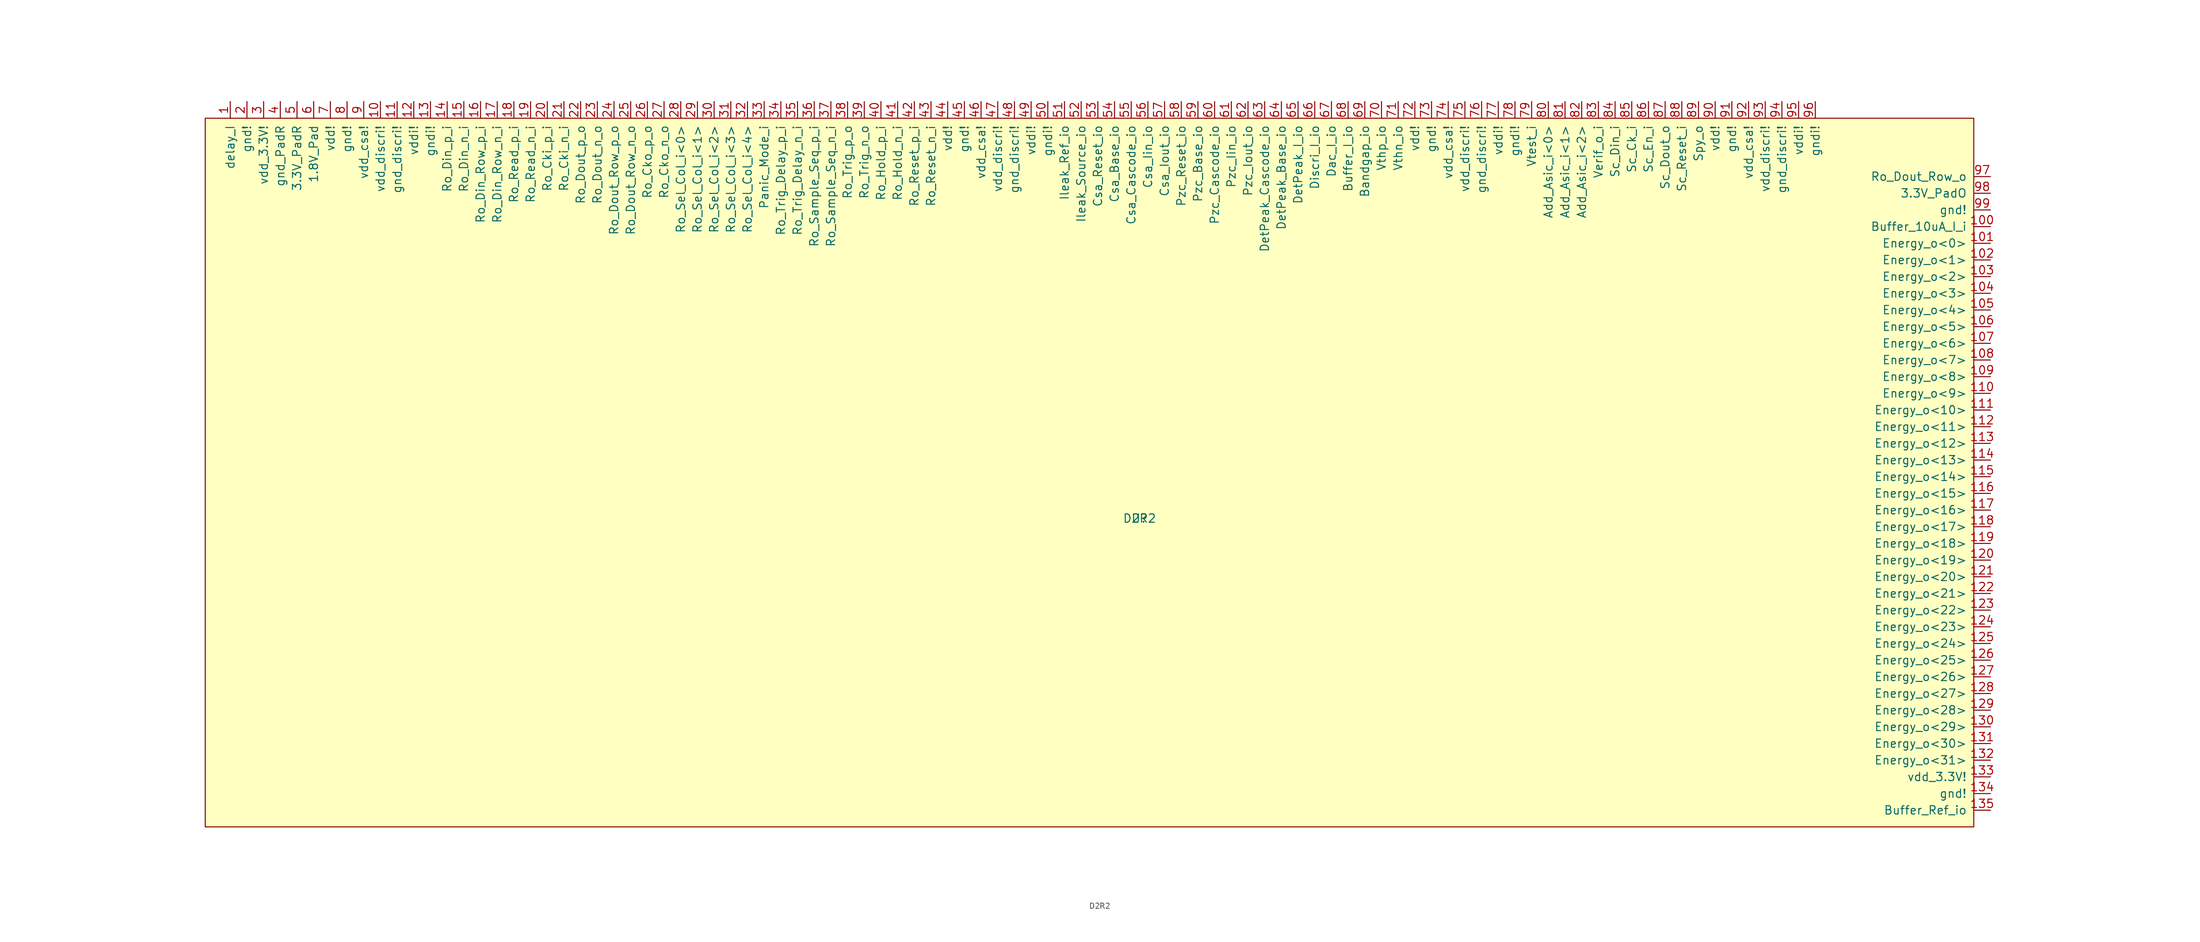
<source format=kicad_sym>
(kicad_symbol_lib
  (version 20211014)
  (generator kicad_symbol_editor)
  (symbol "D2R2"
    (pin_names
      (offset 1.016))
    (property "Reference" "U"
      (at 142.24 43.18 0)
      (effects (font (size 1.27 1.27))))
    (property "Value" "D2R2"
      (at 142.24 43.18 0)
      (effects (font (size 1.27 1.27))))
    (symbol "D2R2_0_1"
      (rectangle (start 0 104.14) (end 269.24 -3.81) (stroke (width 0) (type default) (color 0 0 0 0)) (fill (type background))))
    (symbol "D2R2_1_1"
      (pin input line (at 3.81 106.68 270) (length 2.54) (name "delay_I" (effects (font (size 1.27 1.27)))) (number "1" (effects (font (size 1.27 1.27)))))
      (pin input line (at 26.67 106.68 270) (length 2.54) (name "vdd_discri!" (effects (font (size 1.27 1.27)))) (number "10" (effects (font (size 1.27 1.27)))))
      (pin input line (at 271.78 87.63 180) (length 2.54) (name "Buffer_10uA_I_i" (effects (font (size 1.27 1.27)))) (number "100" (effects (font (size 1.27 1.27)))))
      (pin input line (at 271.78 85.09 180) (length 2.54) (name "Energy_o<0>" (effects (font (size 1.27 1.27)))) (number "101" (effects (font (size 1.27 1.27)))))
      (pin input line (at 271.78 82.55 180) (length 2.54) (name "Energy_o<1>" (effects (font (size 1.27 1.27)))) (number "102" (effects (font (size 1.27 1.27)))))
      (pin input line (at 271.78 80.01 180) (length 2.54) (name "Energy_o<2>" (effects (font (size 1.27 1.27)))) (number "103" (effects (font (size 1.27 1.27)))))
      (pin input line (at 271.78 77.47 180) (length 2.54) (name "Energy_o<3>" (effects (font (size 1.27 1.27)))) (number "104" (effects (font (size 1.27 1.27)))))
      (pin input line (at 271.78 74.93 180) (length 2.54) (name "Energy_o<4>" (effects (font (size 1.27 1.27)))) (number "105" (effects (font (size 1.27 1.27)))))
      (pin input line (at 271.78 72.39 180) (length 2.54) (name "Energy_o<5>" (effects (font (size 1.27 1.27)))) (number "106" (effects (font (size 1.27 1.27)))))
      (pin input line (at 271.78 69.85 180) (length 2.54) (name "Energy_o<6>" (effects (font (size 1.27 1.27)))) (number "107" (effects (font (size 1.27 1.27)))))
      (pin input line (at 271.78 67.31 180) (length 2.54) (name "Energy_o<7>" (effects (font (size 1.27 1.27)))) (number "108" (effects (font (size 1.27 1.27)))))
      (pin input line (at 271.78 64.77 180) (length 2.54) (name "Energy_o<8>" (effects (font (size 1.27 1.27)))) (number "109" (effects (font (size 1.27 1.27)))))
      (pin input line (at 29.21 106.68 270) (length 2.54) (name "gnd_discri!" (effects (font (size 1.27 1.27)))) (number "11" (effects (font (size 1.27 1.27)))))
      (pin input line (at 271.78 62.23 180) (length 2.54) (name "Energy_o<9>" (effects (font (size 1.27 1.27)))) (number "110" (effects (font (size 1.27 1.27)))))
      (pin input line (at 271.78 59.69 180) (length 2.54) (name "Energy_o<10>" (effects (font (size 1.27 1.27)))) (number "111" (effects (font (size 1.27 1.27)))))
      (pin input line (at 271.78 57.15 180) (length 2.54) (name "Energy_o<11>" (effects (font (size 1.27 1.27)))) (number "112" (effects (font (size 1.27 1.27)))))
      (pin input line (at 271.78 54.61 180) (length 2.54) (name "Energy_o<12>" (effects (font (size 1.27 1.27)))) (number "113" (effects (font (size 1.27 1.27)))))
      (pin input line (at 271.78 52.07 180) (length 2.54) (name "Energy_o<13>" (effects (font (size 1.27 1.27)))) (number "114" (effects (font (size 1.27 1.27)))))
      (pin input line (at 271.78 49.53 180) (length 2.54) (name "Energy_o<14>" (effects (font (size 1.27 1.27)))) (number "115" (effects (font (size 1.27 1.27)))))
      (pin input line (at 271.78 46.99 180) (length 2.54) (name "Energy_o<15>" (effects (font (size 1.27 1.27)))) (number "116" (effects (font (size 1.27 1.27)))))
      (pin input line (at 271.78 44.45 180) (length 2.54) (name "Energy_o<16>" (effects (font (size 1.27 1.27)))) (number "117" (effects (font (size 1.27 1.27)))))
      (pin input line (at 271.78 41.91 180) (length 2.54) (name "Energy_o<17>" (effects (font (size 1.27 1.27)))) (number "118" (effects (font (size 1.27 1.27)))))
      (pin input line (at 271.78 39.37 180) (length 2.54) (name "Energy_o<18>" (effects (font (size 1.27 1.27)))) (number "119" (effects (font (size 1.27 1.27)))))
      (pin input line (at 31.75 106.68 270) (length 2.54) (name "vddi!" (effects (font (size 1.27 1.27)))) (number "12" (effects (font (size 1.27 1.27)))))
      (pin input line (at 271.78 36.83 180) (length 2.54) (name "Energy_o<19>" (effects (font (size 1.27 1.27)))) (number "120" (effects (font (size 1.27 1.27)))))
      (pin input line (at 271.78 34.29 180) (length 2.54) (name "Energy_o<20>" (effects (font (size 1.27 1.27)))) (number "121" (effects (font (size 1.27 1.27)))))
      (pin input line (at 271.78 31.75 180) (length 2.54) (name "Energy_o<21>" (effects (font (size 1.27 1.27)))) (number "122" (effects (font (size 1.27 1.27)))))
      (pin input line (at 271.78 29.21 180) (length 2.54) (name "Energy_o<22>" (effects (font (size 1.27 1.27)))) (number "123" (effects (font (size 1.27 1.27)))))
      (pin input line (at 271.78 26.67 180) (length 2.54) (name "Energy_o<23>" (effects (font (size 1.27 1.27)))) (number "124" (effects (font (size 1.27 1.27)))))
      (pin input line (at 271.78 24.13 180) (length 2.54) (name "Energy_o<24>" (effects (font (size 1.27 1.27)))) (number "125" (effects (font (size 1.27 1.27)))))
      (pin input line (at 271.78 21.59 180) (length 2.54) (name "Energy_o<25>" (effects (font (size 1.27 1.27)))) (number "126" (effects (font (size 1.27 1.27)))))
      (pin input line (at 271.78 19.05 180) (length 2.54) (name "Energy_o<26>" (effects (font (size 1.27 1.27)))) (number "127" (effects (font (size 1.27 1.27)))))
      (pin input line (at 271.78 16.51 180) (length 2.54) (name "Energy_o<27>" (effects (font (size 1.27 1.27)))) (number "128" (effects (font (size 1.27 1.27)))))
      (pin input line (at 271.78 13.97 180) (length 2.54) (name "Energy_o<28>" (effects (font (size 1.27 1.27)))) (number "129" (effects (font (size 1.27 1.27)))))
      (pin input line (at 34.29 106.68 270) (length 2.54) (name "gndi!" (effects (font (size 1.27 1.27)))) (number "13" (effects (font (size 1.27 1.27)))))
      (pin input line (at 271.78 11.43 180) (length 2.54) (name "Energy_o<29>" (effects (font (size 1.27 1.27)))) (number "130" (effects (font (size 1.27 1.27)))))
      (pin input line (at 271.78 8.89 180) (length 2.54) (name "Energy_o<30>" (effects (font (size 1.27 1.27)))) (number "131" (effects (font (size 1.27 1.27)))))
      (pin input line (at 271.78 6.35 180) (length 2.54) (name "Energy_o<31>" (effects (font (size 1.27 1.27)))) (number "132" (effects (font (size 1.27 1.27)))))
      (pin input line (at 271.78 3.81 180) (length 2.54) (name "vdd_3.3V!" (effects (font (size 1.27 1.27)))) (number "133" (effects (font (size 1.27 1.27)))))
      (pin input line (at 271.78 1.27 180) (length 2.54) (name "gnd!" (effects (font (size 1.27 1.27)))) (number "134" (effects (font (size 1.27 1.27)))))
      (pin input line (at 271.78 -1.27 180) (length 2.54) (name "Buffer_Ref_io" (effects (font (size 1.27 1.27)))) (number "135" (effects (font (size 1.27 1.27)))))
      (pin input line (at 36.83 106.68 270) (length 2.54) (name "Ro_Din_p_i" (effects (font (size 1.27 1.27)))) (number "14" (effects (font (size 1.27 1.27)))))
      (pin input line (at 39.37 106.68 270) (length 2.54) (name "Ro_Din_n_i" (effects (font (size 1.27 1.27)))) (number "15" (effects (font (size 1.27 1.27)))))
      (pin input line (at 41.91 106.68 270) (length 2.54) (name "Ro_Din_Row_p_i" (effects (font (size 1.27 1.27)))) (number "16" (effects (font (size 1.27 1.27)))))
      (pin input line (at 44.45 106.68 270) (length 2.54) (name "Ro_Din_Row_n_i" (effects (font (size 1.27 1.27)))) (number "17" (effects (font (size 1.27 1.27)))))
      (pin input line (at 46.99 106.68 270) (length 2.54) (name "Ro_Read_p_i" (effects (font (size 1.27 1.27)))) (number "18" (effects (font (size 1.27 1.27)))))
      (pin input line (at 49.53 106.68 270) (length 2.54) (name "Ro_Read_n_i" (effects (font (size 1.27 1.27)))) (number "19" (effects (font (size 1.27 1.27)))))
      (pin input line (at 6.35 106.68 270) (length 2.54) (name "gnd!" (effects (font (size 1.27 1.27)))) (number "2" (effects (font (size 1.27 1.27)))))
      (pin input line (at 52.07 106.68 270) (length 2.54) (name "Ro_Cki_p_i" (effects (font (size 1.27 1.27)))) (number "20" (effects (font (size 1.27 1.27)))))
      (pin input line (at 54.61 106.68 270) (length 2.54) (name "Ro_Cki_n_i" (effects (font (size 1.27 1.27)))) (number "21" (effects (font (size 1.27 1.27)))))
      (pin input line (at 57.15 106.68 270) (length 2.54) (name "Ro_Dout_p_o" (effects (font (size 1.27 1.27)))) (number "22" (effects (font (size 1.27 1.27)))))
      (pin input line (at 59.69 106.68 270) (length 2.54) (name "Ro_Dout_n_o" (effects (font (size 1.27 1.27)))) (number "23" (effects (font (size 1.27 1.27)))))
      (pin input line (at 62.23 106.68 270) (length 2.54) (name "Ro_Dout_Row_p_o" (effects (font (size 1.27 1.27)))) (number "24" (effects (font (size 1.27 1.27)))))
      (pin input line (at 64.77 106.68 270) (length 2.54) (name "Ro_Dout_Row_n_o" (effects (font (size 1.27 1.27)))) (number "25" (effects (font (size 1.27 1.27)))))
      (pin input line (at 67.31 106.68 270) (length 2.54) (name "Ro_Cko_p_o" (effects (font (size 1.27 1.27)))) (number "26" (effects (font (size 1.27 1.27)))))
      (pin input line (at 69.85 106.68 270) (length 2.54) (name "Ro_Cko_n_o" (effects (font (size 1.27 1.27)))) (number "27" (effects (font (size 1.27 1.27)))))
      (pin input line (at 72.39 106.68 270) (length 2.54) (name "Ro_Sel_Col_i<0>" (effects (font (size 1.27 1.27)))) (number "28" (effects (font (size 1.27 1.27)))))
      (pin input line (at 74.93 106.68 270) (length 2.54) (name "Ro_Sel_Col_i<1>" (effects (font (size 1.27 1.27)))) (number "29" (effects (font (size 1.27 1.27)))))
      (pin input line (at 8.89 106.68 270) (length 2.54) (name "vdd_3.3V!" (effects (font (size 1.27 1.27)))) (number "3" (effects (font (size 1.27 1.27)))))
      (pin input line (at 77.47 106.68 270) (length 2.54) (name "Ro_Sel_Col_i<2>" (effects (font (size 1.27 1.27)))) (number "30" (effects (font (size 1.27 1.27)))))
      (pin input line (at 80.01 106.68 270) (length 2.54) (name "Ro_Sel_Col_i<3>" (effects (font (size 1.27 1.27)))) (number "31" (effects (font (size 1.27 1.27)))))
      (pin input line (at 82.55 106.68 270) (length 2.54) (name "Ro_Sel_Col_i<4>" (effects (font (size 1.27 1.27)))) (number "32" (effects (font (size 1.27 1.27)))))
      (pin input line (at 85.09 106.68 270) (length 2.54) (name "Panic_Mode_i" (effects (font (size 1.27 1.27)))) (number "33" (effects (font (size 1.27 1.27)))))
      (pin input line (at 87.63 106.68 270) (length 2.54) (name "Ro_Trig_Delay_p_i" (effects (font (size 1.27 1.27)))) (number "34" (effects (font (size 1.27 1.27)))))
      (pin input line (at 90.17 106.68 270) (length 2.54) (name "Ro_Trig_Delay_n_i" (effects (font (size 1.27 1.27)))) (number "35" (effects (font (size 1.27 1.27)))))
      (pin input line (at 92.71 106.68 270) (length 2.54) (name "Ro_Sample_Seq_p_i" (effects (font (size 1.27 1.27)))) (number "36" (effects (font (size 1.27 1.27)))))
      (pin input line (at 95.25 106.68 270) (length 2.54) (name "Ro_Sample_Seq_n_i" (effects (font (size 1.27 1.27)))) (number "37" (effects (font (size 1.27 1.27)))))
      (pin input line (at 97.79 106.68 270) (length 2.54) (name "Ro_Trig_p_o" (effects (font (size 1.27 1.27)))) (number "38" (effects (font (size 1.27 1.27)))))
      (pin input line (at 100.33 106.68 270) (length 2.54) (name "Ro_Trig_n_o" (effects (font (size 1.27 1.27)))) (number "39" (effects (font (size 1.27 1.27)))))
      (pin input line (at 11.43 106.68 270) (length 2.54) (name "gnd_PadR" (effects (font (size 1.27 1.27)))) (number "4" (effects (font (size 1.27 1.27)))))
      (pin input line (at 102.87 106.68 270) (length 2.54) (name "Ro_Hold_p_i" (effects (font (size 1.27 1.27)))) (number "40" (effects (font (size 1.27 1.27)))))
      (pin input line (at 105.41 106.68 270) (length 2.54) (name "Ro_Hold_n_i" (effects (font (size 1.27 1.27)))) (number "41" (effects (font (size 1.27 1.27)))))
      (pin input line (at 107.95 106.68 270) (length 2.54) (name "Ro_Reset_p_i" (effects (font (size 1.27 1.27)))) (number "42" (effects (font (size 1.27 1.27)))))
      (pin input line (at 110.49 106.68 270) (length 2.54) (name "Ro_Reset_n_i" (effects (font (size 1.27 1.27)))) (number "43" (effects (font (size 1.27 1.27)))))
      (pin input line (at 113.03 106.68 270) (length 2.54) (name "vdd!" (effects (font (size 1.27 1.27)))) (number "44" (effects (font (size 1.27 1.27)))))
      (pin input line (at 115.57 106.68 270) (length 2.54) (name "gnd!" (effects (font (size 1.27 1.27)))) (number "45" (effects (font (size 1.27 1.27)))))
      (pin input line (at 118.11 106.68 270) (length 2.54) (name "vdd_csa!" (effects (font (size 1.27 1.27)))) (number "46" (effects (font (size 1.27 1.27)))))
      (pin input line (at 120.65 106.68 270) (length 2.54) (name "vdd_discri!" (effects (font (size 1.27 1.27)))) (number "47" (effects (font (size 1.27 1.27)))))
      (pin input line (at 123.19 106.68 270) (length 2.54) (name "gnd_discri!" (effects (font (size 1.27 1.27)))) (number "48" (effects (font (size 1.27 1.27)))))
      (pin input line (at 125.73 106.68 270) (length 2.54) (name "vddi!" (effects (font (size 1.27 1.27)))) (number "49" (effects (font (size 1.27 1.27)))))
      (pin input line (at 13.97 106.68 270) (length 2.54) (name "3.3V_PadR" (effects (font (size 1.27 1.27)))) (number "5" (effects (font (size 1.27 1.27)))))
      (pin input line (at 128.27 106.68 270) (length 2.54) (name "gndi!" (effects (font (size 1.27 1.27)))) (number "50" (effects (font (size 1.27 1.27)))))
      (pin input line (at 130.81 106.68 270) (length 2.54) (name "Ileak_Ref_io" (effects (font (size 1.27 1.27)))) (number "51" (effects (font (size 1.27 1.27)))))
      (pin input line (at 133.35 106.68 270) (length 2.54) (name "Ileak_Source_io" (effects (font (size 1.27 1.27)))) (number "52" (effects (font (size 1.27 1.27)))))
      (pin input line (at 135.89 106.68 270) (length 2.54) (name "Csa_Reset_io" (effects (font (size 1.27 1.27)))) (number "53" (effects (font (size 1.27 1.27)))))
      (pin input line (at 138.43 106.68 270) (length 2.54) (name "Csa_Base_io" (effects (font (size 1.27 1.27)))) (number "54" (effects (font (size 1.27 1.27)))))
      (pin input line (at 140.97 106.68 270) (length 2.54) (name "Csa_Cascode_io" (effects (font (size 1.27 1.27)))) (number "55" (effects (font (size 1.27 1.27)))))
      (pin input line (at 143.51 106.68 270) (length 2.54) (name "Csa_Iin_io" (effects (font (size 1.27 1.27)))) (number "56" (effects (font (size 1.27 1.27)))))
      (pin input line (at 146.05 106.68 270) (length 2.54) (name "Csa_Iout_io" (effects (font (size 1.27 1.27)))) (number "57" (effects (font (size 1.27 1.27)))))
      (pin input line (at 148.59 106.68 270) (length 2.54) (name "Pzc_Reset_io" (effects (font (size 1.27 1.27)))) (number "58" (effects (font (size 1.27 1.27)))))
      (pin input line (at 151.13 106.68 270) (length 2.54) (name "Pzc_Base_io" (effects (font (size 1.27 1.27)))) (number "59" (effects (font (size 1.27 1.27)))))
      (pin input line (at 16.51 106.68 270) (length 2.54) (name "1.8V_Pad" (effects (font (size 1.27 1.27)))) (number "6" (effects (font (size 1.27 1.27)))))
      (pin input line (at 153.67 106.68 270) (length 2.54) (name "Pzc_Cascode_io" (effects (font (size 1.27 1.27)))) (number "60" (effects (font (size 1.27 1.27)))))
      (pin input line (at 156.21 106.68 270) (length 2.54) (name "Pzc_Iin_io" (effects (font (size 1.27 1.27)))) (number "61" (effects (font (size 1.27 1.27)))))
      (pin input line (at 158.75 106.68 270) (length 2.54) (name "Pzc_Iout_io" (effects (font (size 1.27 1.27)))) (number "62" (effects (font (size 1.27 1.27)))))
      (pin input line (at 161.29 106.68 270) (length 2.54) (name "DetPeak_Cascode_io" (effects (font (size 1.27 1.27)))) (number "63" (effects (font (size 1.27 1.27)))))
      (pin input line (at 163.83 106.68 270) (length 2.54) (name "DetPeak_Base_io" (effects (font (size 1.27 1.27)))) (number "64" (effects (font (size 1.27 1.27)))))
      (pin input line (at 166.37 106.68 270) (length 2.54) (name "DetPeak_I_io" (effects (font (size 1.27 1.27)))) (number "65" (effects (font (size 1.27 1.27)))))
      (pin input line (at 168.91 106.68 270) (length 2.54) (name "Discri_I_io" (effects (font (size 1.27 1.27)))) (number "66" (effects (font (size 1.27 1.27)))))
      (pin input line (at 171.45 106.68 270) (length 2.54) (name "Dac_I_io" (effects (font (size 1.27 1.27)))) (number "67" (effects (font (size 1.27 1.27)))))
      (pin input line (at 173.99 106.68 270) (length 2.54) (name "Buffer_I_io" (effects (font (size 1.27 1.27)))) (number "68" (effects (font (size 1.27 1.27)))))
      (pin input line (at 176.53 106.68 270) (length 2.54) (name "Bandgap_io" (effects (font (size 1.27 1.27)))) (number "69" (effects (font (size 1.27 1.27)))))
      (pin input line (at 19.05 106.68 270) (length 2.54) (name "vdd!" (effects (font (size 1.27 1.27)))) (number "7" (effects (font (size 1.27 1.27)))))
      (pin input line (at 179.07 106.68 270) (length 2.54) (name "Vthp_io" (effects (font (size 1.27 1.27)))) (number "70" (effects (font (size 1.27 1.27)))))
      (pin input line (at 181.61 106.68 270) (length 2.54) (name "Vthn_io" (effects (font (size 1.27 1.27)))) (number "71" (effects (font (size 1.27 1.27)))))
      (pin input line (at 184.15 106.68 270) (length 2.54) (name "vdd!" (effects (font (size 1.27 1.27)))) (number "72" (effects (font (size 1.27 1.27)))))
      (pin input line (at 186.69 106.68 270) (length 2.54) (name "gnd!" (effects (font (size 1.27 1.27)))) (number "73" (effects (font (size 1.27 1.27)))))
      (pin input line (at 189.23 106.68 270) (length 2.54) (name "vdd_csa!" (effects (font (size 1.27 1.27)))) (number "74" (effects (font (size 1.27 1.27)))))
      (pin input line (at 191.77 106.68 270) (length 2.54) (name "vdd_discri!" (effects (font (size 1.27 1.27)))) (number "75" (effects (font (size 1.27 1.27)))))
      (pin input line (at 194.31 106.68 270) (length 2.54) (name "gnd_discri!" (effects (font (size 1.27 1.27)))) (number "76" (effects (font (size 1.27 1.27)))))
      (pin input line (at 196.85 106.68 270) (length 2.54) (name "vddi!" (effects (font (size 1.27 1.27)))) (number "77" (effects (font (size 1.27 1.27)))))
      (pin input line (at 199.39 106.68 270) (length 2.54) (name "gndi!" (effects (font (size 1.27 1.27)))) (number "78" (effects (font (size 1.27 1.27)))))
      (pin input line (at 201.93 106.68 270) (length 2.54) (name "Vtest_i" (effects (font (size 1.27 1.27)))) (number "79" (effects (font (size 1.27 1.27)))))
      (pin input line (at 21.59 106.68 270) (length 2.54) (name "gnd!" (effects (font (size 1.27 1.27)))) (number "8" (effects (font (size 1.27 1.27)))))
      (pin input line (at 204.47 106.68 270) (length 2.54) (name "Add_Asic_i<0>" (effects (font (size 1.27 1.27)))) (number "80" (effects (font (size 1.27 1.27)))))
      (pin input line (at 207.01 106.68 270) (length 2.54) (name "Add_Asic_i<1>" (effects (font (size 1.27 1.27)))) (number "81" (effects (font (size 1.27 1.27)))))
      (pin input line (at 209.55 106.68 270) (length 2.54) (name "Add_Asic_i<2>" (effects (font (size 1.27 1.27)))) (number "82" (effects (font (size 1.27 1.27)))))
      (pin input line (at 212.09 106.68 270) (length 2.54) (name "Verif_o_i" (effects (font (size 1.27 1.27)))) (number "83" (effects (font (size 1.27 1.27)))))
      (pin input line (at 214.63 106.68 270) (length 2.54) (name "Sc_Din_i" (effects (font (size 1.27 1.27)))) (number "84" (effects (font (size 1.27 1.27)))))
      (pin input line (at 217.17 106.68 270) (length 2.54) (name "Sc_Ck_i" (effects (font (size 1.27 1.27)))) (number "85" (effects (font (size 1.27 1.27)))))
      (pin input line (at 219.71 106.68 270) (length 2.54) (name "Sc_En_i" (effects (font (size 1.27 1.27)))) (number "86" (effects (font (size 1.27 1.27)))))
      (pin input line (at 222.25 106.68 270) (length 2.54) (name "Sc_Dout_o" (effects (font (size 1.27 1.27)))) (number "87" (effects (font (size 1.27 1.27)))))
      (pin input line (at 224.79 106.68 270) (length 2.54) (name "Sc_Reset_i" (effects (font (size 1.27 1.27)))) (number "88" (effects (font (size 1.27 1.27)))))
      (pin input line (at 227.33 106.68 270) (length 2.54) (name "Spy_o" (effects (font (size 1.27 1.27)))) (number "89" (effects (font (size 1.27 1.27)))))
      (pin input line (at 24.13 106.68 270) (length 2.54) (name "vdd_csa!" (effects (font (size 1.27 1.27)))) (number "9" (effects (font (size 1.27 1.27)))))
      (pin input line (at 229.87 106.68 270) (length 2.54) (name "vdd!" (effects (font (size 1.27 1.27)))) (number "90" (effects (font (size 1.27 1.27)))))
      (pin input line (at 232.41 106.68 270) (length 2.54) (name "gnd!" (effects (font (size 1.27 1.27)))) (number "91" (effects (font (size 1.27 1.27)))))
      (pin input line (at 234.95 106.68 270) (length 2.54) (name "vdd_csa!" (effects (font (size 1.27 1.27)))) (number "92" (effects (font (size 1.27 1.27)))))
      (pin input line (at 237.49 106.68 270) (length 2.54) (name "vdd_discri!" (effects (font (size 1.27 1.27)))) (number "93" (effects (font (size 1.27 1.27)))))
      (pin input line (at 240.03 106.68 270) (length 2.54) (name "gnd_discri!" (effects (font (size 1.27 1.27)))) (number "94" (effects (font (size 1.27 1.27)))))
      (pin input line (at 242.57 106.68 270) (length 2.54) (name "vddi!" (effects (font (size 1.27 1.27)))) (number "95" (effects (font (size 1.27 1.27)))))
      (pin input line (at 245.11 106.68 270) (length 2.54) (name "gndi!" (effects (font (size 1.27 1.27)))) (number "96" (effects (font (size 1.27 1.27)))))
      (pin input line (at 271.78 95.25 180) (length 2.54) (name "Ro_Dout_Row_o" (effects (font (size 1.27 1.27)))) (number "97" (effects (font (size 1.27 1.27)))))
      (pin input line (at 271.78 92.71 180) (length 2.54) (name "3.3V_PadO" (effects (font (size 1.27 1.27)))) (number "98" (effects (font (size 1.27 1.27)))))
      (pin input line (at 271.78 90.17 180) (length 2.54) (name "gnd!" (effects (font (size 1.27 1.27)))) (number "99" (effects (font (size 1.27 1.27))))))))
</source>
